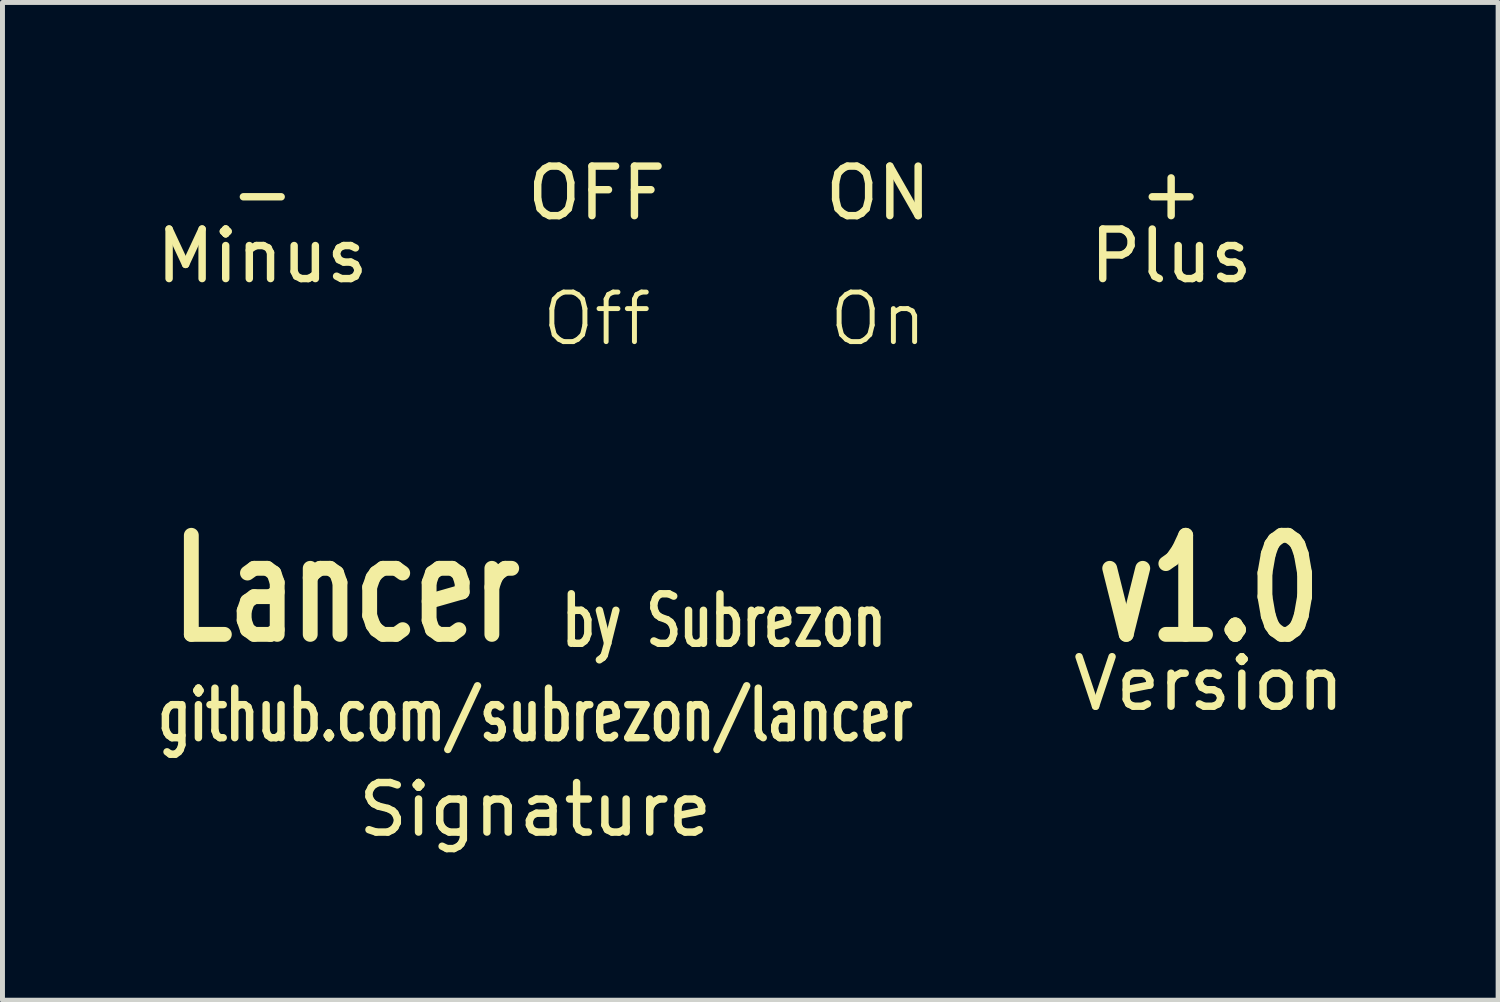
<source format=kicad_pcb>
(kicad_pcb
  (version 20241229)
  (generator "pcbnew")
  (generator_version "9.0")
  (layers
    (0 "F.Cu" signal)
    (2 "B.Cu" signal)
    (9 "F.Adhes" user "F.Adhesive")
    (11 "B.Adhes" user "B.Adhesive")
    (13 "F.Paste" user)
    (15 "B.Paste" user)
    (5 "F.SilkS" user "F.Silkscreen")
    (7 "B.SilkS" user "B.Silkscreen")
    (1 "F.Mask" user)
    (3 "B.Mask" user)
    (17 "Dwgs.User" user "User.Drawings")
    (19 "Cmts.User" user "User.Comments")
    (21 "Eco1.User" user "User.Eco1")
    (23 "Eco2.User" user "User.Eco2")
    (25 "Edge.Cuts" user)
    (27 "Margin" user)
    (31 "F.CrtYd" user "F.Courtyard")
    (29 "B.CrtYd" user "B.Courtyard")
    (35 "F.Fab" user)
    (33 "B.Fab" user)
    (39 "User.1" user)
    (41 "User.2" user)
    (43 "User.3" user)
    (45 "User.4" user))
  (footprint "On"
    (layer "F.Cu")
    (at 14.673 0.848)
    (property "Reference" "On" (at 0 2.54 0) (unlocked yes) (layer "F.SilkS") (effects (font (size 1 1) (thickness 0.1))))
    (attr smd)
    (fp_text user "ON" (at 0 0 0) (unlocked yes) (layer "F.SilkS") (effects (font (size 1 1) (thickness 0.15)))))
  (footprint "Signature"
    (layer "F.Cu")
    (at 7.755 10.115)
    (property "Reference" "Signature" (at 0 3.175 0) (unlocked yes) (layer "F.SilkS") (effects (font (size 1 1) (thickness 0.15))))
    (attr smd)
    (fp_text user "github.com/subrezon/lancer" (at 0 1.27 0) (unlocked yes) (layer "F.SilkS") (effects (font (size 1 0.7) (thickness 0.15))))
    (fp_text user "Lancer" (at -3.81 -1.27 0) (unlocked yes) (layer "F.SilkS") (effects (font (size 2 1.4) (thickness 0.3))))
    (fp_text user "by Subrezon" (at 3.81 -0.635 0) (unlocked yes) (layer "F.SilkS") (effects (font (size 1 0.7) (thickness 0.15)))))
  (footprint "Off"
    (layer "F.Cu")
    (at 8.994 0.848)
    (property "Reference" "Off" (at 0 2.54 0) (unlocked yes) (layer "F.SilkS") (effects (font (size 1 1) (thickness 0.1))))
    (attr smd)
    (fp_text user "OFF" (at 0 0 0) (unlocked yes) (layer "F.SilkS") (effects (font (size 1 1) (thickness 0.15)))))
  (footprint "Version"
    (layer "F.Cu")
    (at 21.349 8.845)
    (property "Reference" "Version" (at 0 1.905 0) (unlocked yes) (layer "F.SilkS") (effects (font (size 1 1) (thickness 0.15))))
    (attr smd)
    (fp_text user "v1.0" (at 0 0 0) (unlocked yes) (layer "F.SilkS") (effects (font (size 2 1.4) (thickness 0.3)))))
  (footprint "Plus"
    (layer "F.Cu")
    (at 20.589 0.848)
    (property "Reference" "Plus" (at 0 1.27 0) (unlocked yes) (layer "F.SilkS") (effects (font (size 1 1) (thickness 0.15))))
    (attr smd)
    (fp_text user "+" (at 0 0 0) (unlocked yes) (layer "F.SilkS") (effects (font (size 1 1) (thickness 0.15)))))
  (footprint "Minus"
    (layer "F.Cu")
    (at 2.244 0.848)
    (property "Reference" "Minus" (at 0 1.27 0) (unlocked yes) (layer "F.SilkS") (effects (font (size 1 1) (thickness 0.15))))
    (attr smd)
    (fp_text user "-" (at 0 0 0) (unlocked yes) (layer "F.SilkS") (effects (font (size 1 1) (thickness 0.15)))))
  (gr_rect
    (start -3 -3)
    (end 27.189 17.139)
    (stroke (width 0.1) (type default))
    (fill no)
    (layer "Edge.Cuts")))
</source>
